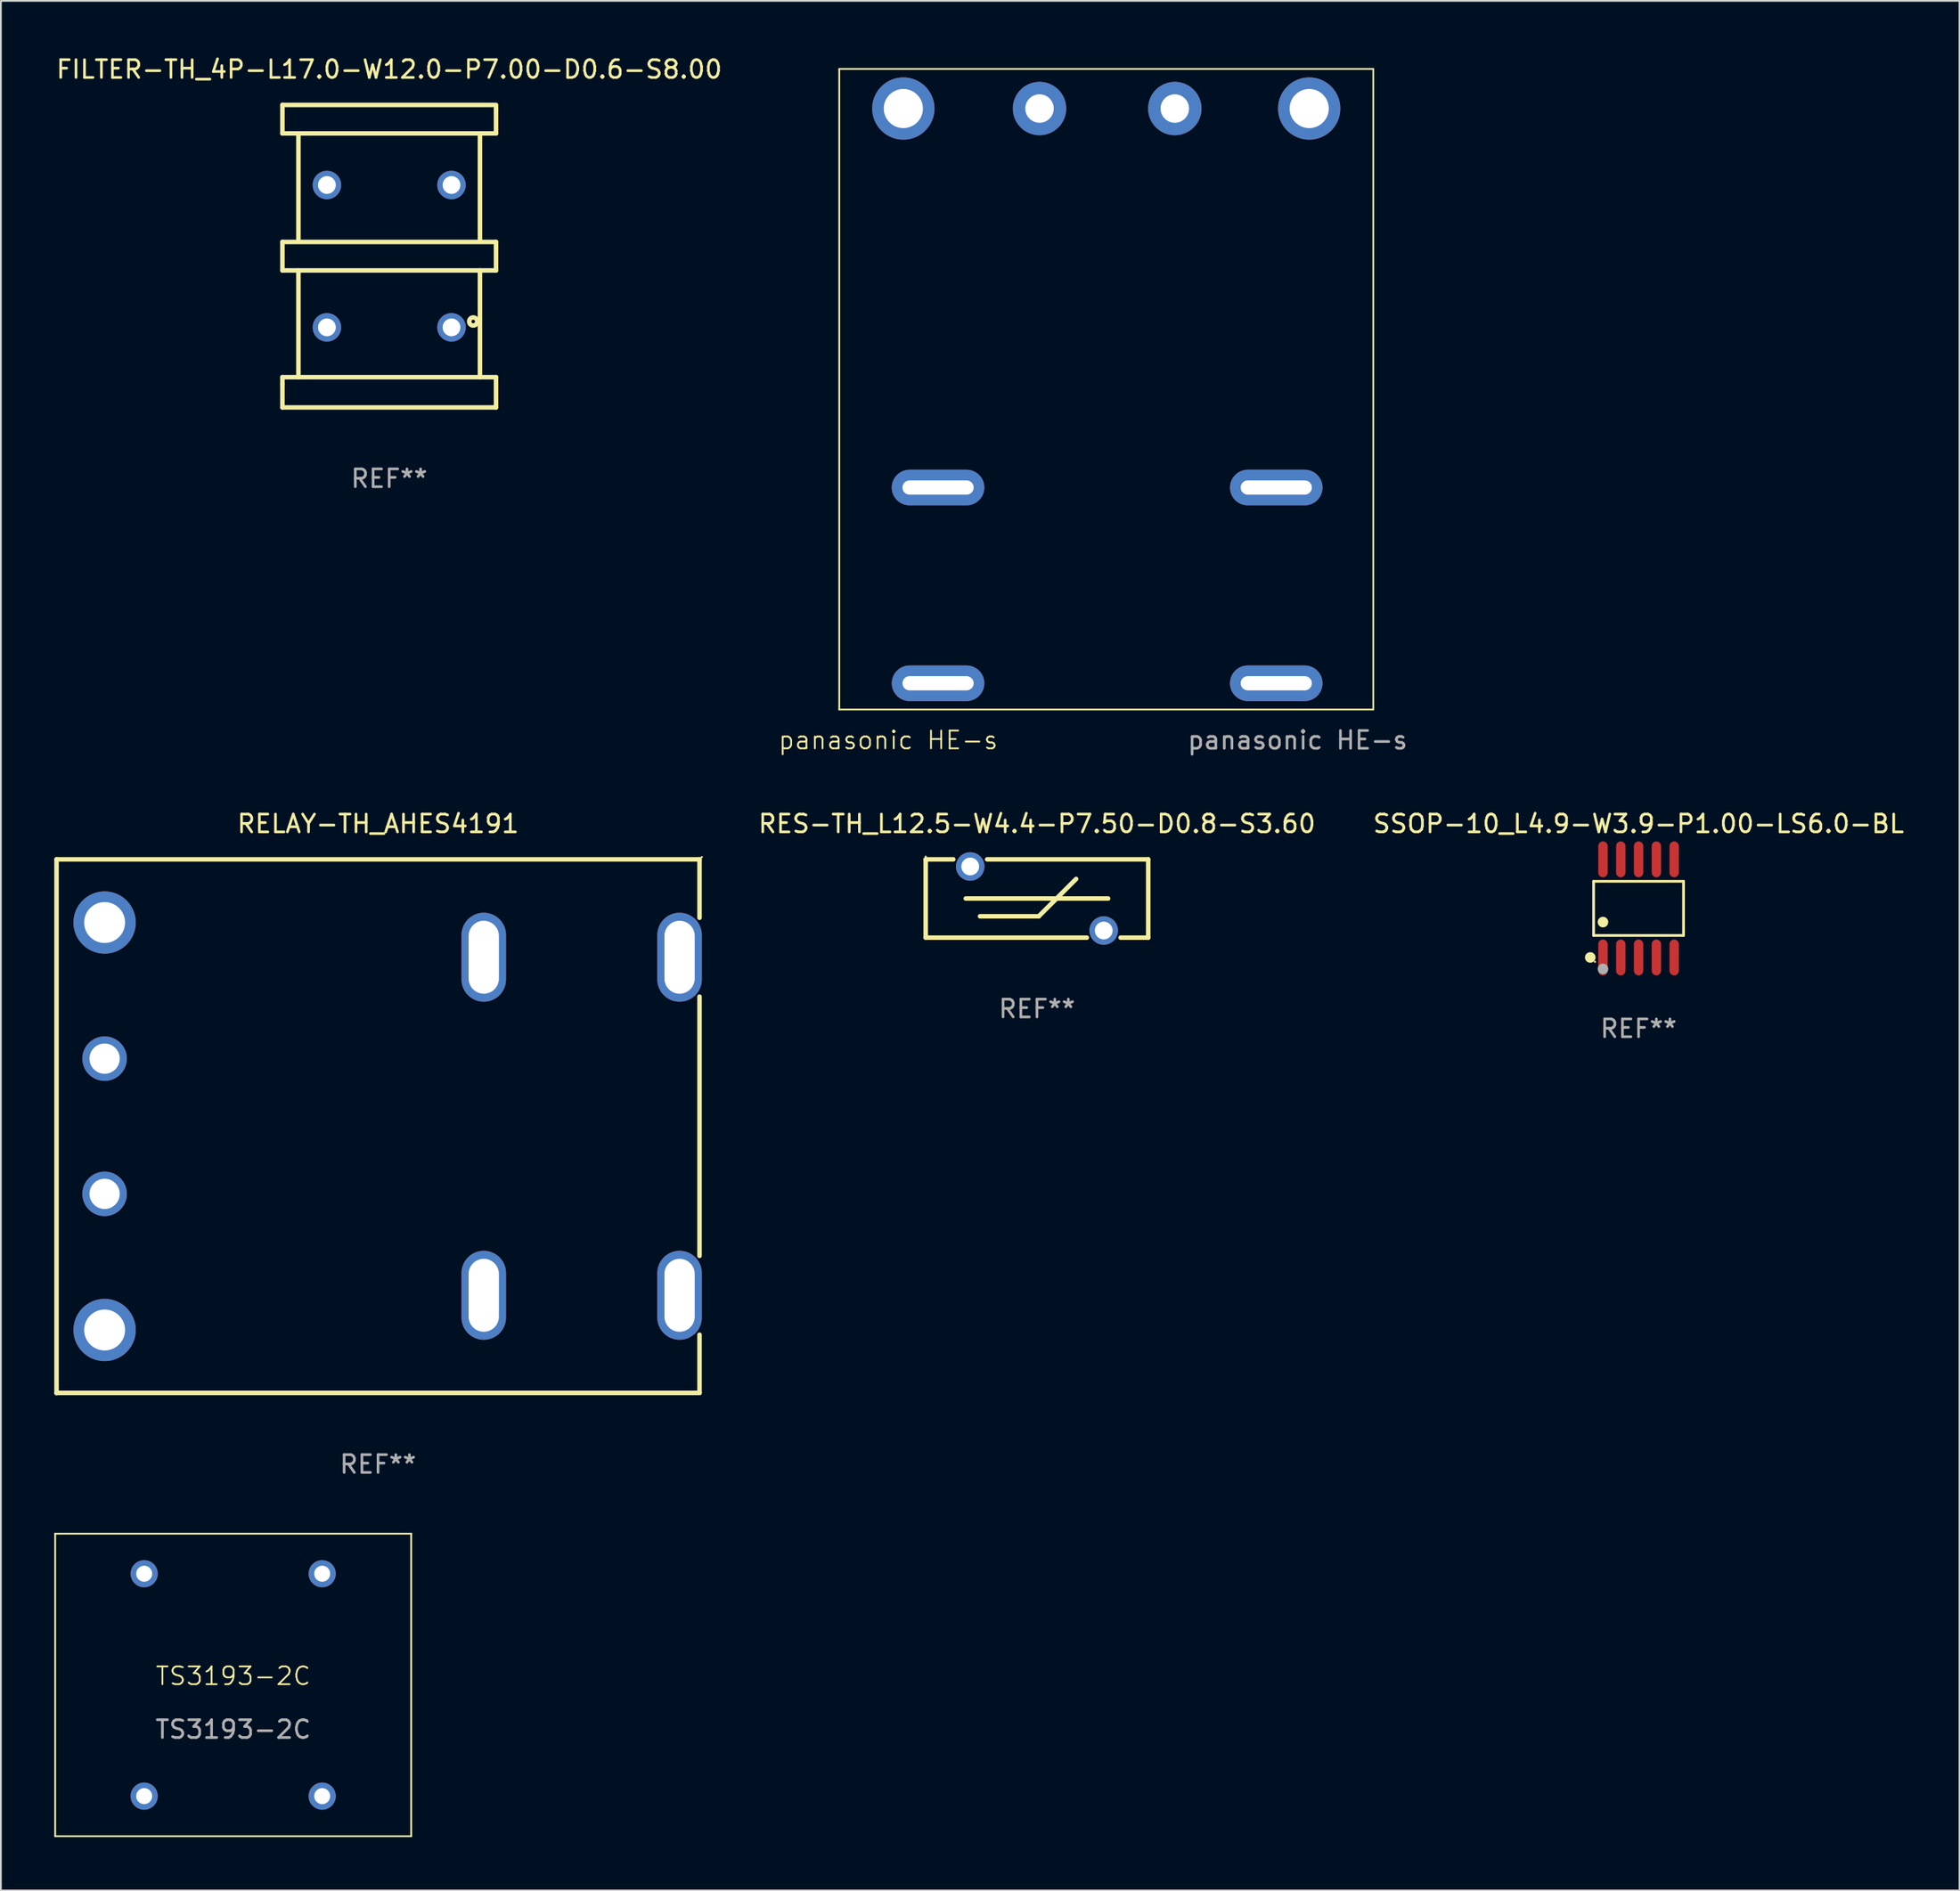
<source format=kicad_pcb>
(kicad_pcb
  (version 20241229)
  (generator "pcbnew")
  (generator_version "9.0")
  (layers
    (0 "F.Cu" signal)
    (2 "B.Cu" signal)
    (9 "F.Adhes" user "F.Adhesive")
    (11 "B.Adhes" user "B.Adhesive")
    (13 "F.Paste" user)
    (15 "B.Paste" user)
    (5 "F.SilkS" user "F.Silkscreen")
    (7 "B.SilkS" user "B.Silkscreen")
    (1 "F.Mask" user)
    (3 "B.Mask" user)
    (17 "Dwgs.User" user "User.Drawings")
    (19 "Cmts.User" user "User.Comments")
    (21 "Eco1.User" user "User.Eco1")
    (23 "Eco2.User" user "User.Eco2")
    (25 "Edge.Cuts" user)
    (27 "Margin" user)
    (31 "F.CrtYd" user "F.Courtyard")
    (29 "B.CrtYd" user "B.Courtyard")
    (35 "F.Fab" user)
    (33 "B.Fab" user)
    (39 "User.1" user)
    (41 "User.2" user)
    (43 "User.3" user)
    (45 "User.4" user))
  (footprint "TS3193-2C"
    (layer "F.Cu")
    (at 10.05 91.645)
    (property "Reference" "TS3193-2C" (at 0 -0.5 0) (unlocked yes) (layer "F.SilkS") (effects (font (size 1 1) (thickness 0.1))))
    (attr through_hole)
    (fp_line (start -10 -8.5) (end 10 -8.5) (stroke (width 0.1) (type default)) (layer "F.SilkS"))
    (fp_line (start -10 8.5) (end -10 -8.5) (stroke (width 0.1) (type default)) (layer "F.SilkS"))
    (fp_line (start 10 -8.5) (end 10 8.5) (stroke (width 0.1) (type default)) (layer "F.SilkS"))
    (fp_line (start 10 8.5) (end -10 8.5) (stroke (width 0.1) (type default)) (layer "F.SilkS"))
    (fp_text user "${REFERENCE}" (at 0 2.5 0) (unlocked yes) (layer "F.Fab") (effects (font (size 1 1) (thickness 0.15))))
    (pad "1" thru_hole circle (at -5 -6.25) (size 1.524 1.524) (drill 0.9) (layers "*.Cu" "*.Mask"))
    (pad "2" thru_hole circle (at -5 6.25) (size 1.524 1.524) (drill 0.9) (layers "*.Cu" "*.Mask"))
    (pad "3" thru_hole circle (at 5 -6.25) (size 1.524 1.524) (drill 0.9) (layers "*.Cu" "*.Mask"))
    (pad "4" thru_hole circle (at 5 6.25) (size 1.524 1.524) (drill 0.9) (layers "*.Cu" "*.Mask")))
  (footprint "SSOP-10_L4.9-W3.9-P1.00-LS6.0-BL"
    (layer "F.Cu")
    (at 89.002 48.003)
    (property "Reference" "SSOP-10_L4.9-W3.9-P1.00-LS6.0-BL" (at 0 -4.757 0) (layer "F.SilkS") (effects (font (size 1 1) (thickness 0.15))))
    (attr smd)
    (fp_line (start -2.526 -1.521) (end 2.526 -1.521) (stroke (width 0.152) (type solid)) (layer "F.SilkS"))
    (fp_line (start -2.526 1.521) (end -2.526 -1.521) (stroke (width 0.152) (type solid)) (layer "F.SilkS"))
    (fp_line (start 2.526 -1.521) (end 2.526 1.521) (stroke (width 0.152) (type solid)) (layer "F.SilkS"))
    (fp_line (start 2.526 1.521) (end -2.526 1.521) (stroke (width 0.152) (type solid)) (layer "F.SilkS"))
    (fp_circle (center -2.715 2.757) (end -2.565 2.757) (stroke (width 0.3) (type solid)) (fill no) (layer "F.SilkS"))
    (fp_circle (center -2.45 3) (end -2.42 3) (stroke (width 0.06) (type solid)) (fill no) (layer "F.SilkS"))
    (fp_circle (center -2 0.769) (end -1.85 0.769) (stroke (width 0.3) (type solid)) (fill no) (layer "F.SilkS"))
    (fp_circle (center -2 3.4) (end -1.85 3.4) (stroke (width 0.3) (type solid)) (fill no) (layer "F.Fab"))
    (fp_text user "REF**" (at 0 6.757 0) (layer "F.Fab") (effects (font (size 1 1) (thickness 0.15))))
    (pad "1" smd oval (at -2 2.757) (size 0.525 2.014) (layers "F.Cu" "F.Mask" "F.Paste"))
    (pad "2" smd oval (at -1 2.757) (size 0.525 2.014) (layers "F.Cu" "F.Mask" "F.Paste"))
    (pad "3" smd oval (at 0 2.757) (size 0.525 2.014) (layers "F.Cu" "F.Mask" "F.Paste"))
    (pad "4" smd oval (at 1 2.757) (size 0.525 2.014) (layers "F.Cu" "F.Mask" "F.Paste"))
    (pad "5" smd oval (at 2 2.757) (size 0.525 2.014) (layers "F.Cu" "F.Mask" "F.Paste"))
    (pad "6" smd oval (at 2 -2.757) (size 0.525 2.014) (layers "F.Cu" "F.Mask" "F.Paste"))
    (pad "7" smd oval (at 1 -2.757) (size 0.525 2.014) (layers "F.Cu" "F.Mask" "F.Paste"))
    (pad "8" smd oval (at 0 -2.757) (size 0.525 2.014) (layers "F.Cu" "F.Mask" "F.Paste"))
    (pad "9" smd oval (at -1 -2.757) (size 0.525 2.014) (layers "F.Cu" "F.Mask" "F.Paste"))
    (pad "10" smd oval (at -2 -2.757) (size 0.525 2.014) (layers "F.Cu" "F.Mask" "F.Paste")))
  (footprint "RELAY-TH_AHES4191"
    (layer "F.Cu")
    (at 18.977 60.247)
    (property "Reference" "RELAY-TH_AHES4191" (at -0.789 -17 0) (layer "F.SilkS") (effects (font (size 1 1) (thickness 0.15))))
    (attr through_hole)
    (fp_line (start -18.85 -15) (end -18.85 15) (stroke (width 0.254) (type solid)) (layer "F.SilkS"))
    (fp_line (start -18.85 -15) (end 17.272 -15) (stroke (width 0.254) (type solid)) (layer "F.SilkS"))
    (fp_line (start 17.272 -15) (end 17.272 -11.716) (stroke (width 0.254) (type solid)) (layer "F.SilkS"))
    (fp_line (start 17.272 -7.284) (end 17.272 7.284) (stroke (width 0.254) (type solid)) (layer "F.SilkS"))
    (fp_line (start 17.272 11.716) (end 17.272 14.986) (stroke (width 0.254) (type solid)) (layer "F.SilkS"))
    (fp_line (start 17.272 14.986) (end -18.85 14.986) (stroke (width 0.254) (type solid)) (layer "F.SilkS"))
    (fp_circle (center 17.4 -15.127) (end 17.43 -15.127) (stroke (width 0.06) (type solid)) (fill no) (layer "F.SilkS"))
    (fp_text user "REF**" (at -0.789 19 0) (layer "F.Fab") (effects (font (size 1 1) (thickness 0.15))))
    (pad "1" thru_hole oval (at 16.15 -9.5) (size 2.5 5) (drill oval 1.7 4.1) (layers "*.Cu" "*.Mask"))
    (pad "2" thru_hole oval (at 5.15 -9.5) (size 2.5 5) (drill oval 1.7 4.1) (layers "*.Cu" "*.Mask"))
    (pad "3" thru_hole circle (at -16.15 -11.45) (size 3.5 3.5) (drill 2.3) (layers "*.Cu" "*.Mask"))
    (pad "4" thru_hole circle (at -16.15 -3.8) (size 2.5 2.5) (drill 1.7) (layers "*.Cu" "*.Mask"))
    (pad "5" thru_hole circle (at -16.15 3.8) (size 2.5 2.5) (drill 1.7) (layers "*.Cu" "*.Mask"))
    (pad "6" thru_hole circle (at -16.15 11.45) (size 3.5 3.5) (drill 2.3) (layers "*.Cu" "*.Mask"))
    (pad "7" thru_hole oval (at 5.15 9.5) (size 2.5 5) (drill oval 1.7 4.1) (layers "*.Cu" "*.Mask"))
    (pad "8" thru_hole oval (at 16.15 9.5) (size 2.5 5) (drill oval 1.7 4.1) (layers "*.Cu" "*.Mask")))
  (footprint "panasonic HE-s"
    (layer "F.Cu")
    (at 56.048 0.25)
    (property "Reference" "panasonic HE-s" (at -9.2 38.3 0) (unlocked yes) (layer "F.SilkS") (effects (font (size 1 1) (thickness 0.1))))
    (attr through_hole)
    (fp_line (start -11.95 0.575) (end 18.05 0.575) (stroke (width 0.1) (type default)) (layer "F.SilkS"))
    (fp_line (start -11.95 36.575) (end -11.95 0.575) (stroke (width 0.1) (type default)) (layer "F.SilkS"))
    (fp_line (start 18.05 0.575) (end 18.05 36.575) (stroke (width 0.1) (type default)) (layer "F.SilkS"))
    (fp_line (start 18.05 36.575) (end -11.95 36.575) (stroke (width 0.1) (type default)) (layer "F.SilkS"))
    (fp_text user "${REFERENCE}" (at 13.8 38.3 0) (unlocked yes) (layer "F.Fab") (effects (font (size 1 1) (thickness 0.15))))
    (pad "1" thru_hole circle (at -0.7 2.8) (size 3 3) (drill 1.6) (layers "*.Cu" "*.Mask"))
    (pad "2" thru_hole circle (at 6.9 2.8) (size 3 3) (drill 1.6) (layers "*.Cu" "*.Mask"))
    (pad "3" thru_hole circle (at -8.35 2.8) (size 3.5 3.5) (drill 2.2) (layers "*.Cu" "*.Mask"))
    (pad "4" thru_hole circle (at 14.45 2.8) (size 3.5 3.5) (drill 2.2) (layers "*.Cu" "*.Mask"))
    (pad "5" thru_hole oval (at -6.4 24.1) (size 5.2 2) (drill oval 4 0.8) (layers "*.Cu" "*.Mask"))
    (pad "6" thru_hole oval (at 12.6 24.1) (size 5.2 2) (drill oval 4 0.8) (layers "*.Cu" "*.Mask"))
    (pad "7" thru_hole oval (at -6.4 35.1) (size 5.2 2) (drill oval 4 0.8) (layers "*.Cu" "*.Mask"))
    (pad "8" thru_hole oval (at 12.6 35.1) (size 5.2 2) (drill oval 4 0.8) (layers "*.Cu" "*.Mask")))
  (footprint "FILTER-TH_4P-L17.0-W12.0-P7.00-D0.6-S8.00"
    (layer "F.Cu")
    (at 18.815 11.348)
    (property "Reference" "FILTER-TH_4P-L17.0-W12.0-P7.00-D0.6-S8.00" (at 0 -10.5 0) (layer "F.SilkS") (effects (font (size 1 1) (thickness 0.15))))
    (attr through_hole)
    (fp_line (start -6 -8.5) (end -6 -6.9) (stroke (width 0.254) (type solid)) (layer "F.SilkS"))
    (fp_line (start -6 -8.5) (end 6 -8.5) (stroke (width 0.254) (type solid)) (layer "F.SilkS"))
    (fp_line (start -6 -6.9) (end 6 -6.9) (stroke (width 0.254) (type solid)) (layer "F.SilkS"))
    (fp_line (start -6 -0.8) (end 6 -0.8) (stroke (width 0.254) (type solid)) (layer "F.SilkS"))
    (fp_line (start -6 0.8) (end -6 -0.8) (stroke (width 0.254) (type solid)) (layer "F.SilkS"))
    (fp_line (start -6 6.8) (end 6 6.8) (stroke (width 0.254) (type solid)) (layer "F.SilkS"))
    (fp_line (start -6 7.2) (end -6 6.8) (stroke (width 0.254) (type solid)) (layer "F.SilkS"))
    (fp_line (start -6 7.2) (end -6 8.5) (stroke (width 0.254) (type solid)) (layer "F.SilkS"))
    (fp_line (start -5.1 -6.9) (end -5.1 -0.9) (stroke (width 0.254) (type solid)) (layer "F.SilkS"))
    (fp_line (start -5.1 0.8) (end -5.1 6.8) (stroke (width 0.254) (type solid)) (layer "F.SilkS"))
    (fp_line (start 5.098 0.798) (end 5.098 6.798) (stroke (width 0.254) (type solid)) (layer "F.SilkS"))
    (fp_line (start 5.098 -6.901) (end 5.098 -0.901) (stroke (width 0.254) (type solid)) (layer "F.SilkS"))
    (fp_line (start 6 -6.9) (end 6 -8.4) (stroke (width 0.254) (type solid)) (layer "F.SilkS"))
    (fp_line (start 6 -0.8) (end 6 0.8) (stroke (width 0.254) (type solid)) (layer "F.SilkS"))
    (fp_line (start 6 0.8) (end -6 0.8) (stroke (width 0.254) (type solid)) (layer "F.SilkS"))
    (fp_line (start 6 6.8) (end 6 8.5) (stroke (width 0.254) (type solid)) (layer "F.SilkS"))
    (fp_line (start 6 8.5) (end -6 8.5) (stroke (width 0.254) (type solid)) (layer "F.SilkS"))
    (fp_circle (center -6 8.26) (end -5.97 8.26) (stroke (width 0.06) (type solid)) (fill no) (layer "F.SilkS"))
    (fp_circle (center 4.72 3.67) (end 4.82 3.67) (stroke (width 0.254) (type solid)) (fill no) (layer "F.SilkS"))
    (fp_text user "REF**" (at 0 12.5 0) (layer "F.Fab") (effects (font (size 1 1) (thickness 0.15))))
    (pad "1" thru_hole circle (at 3.5 4) (size 1.6 1.6) (drill 1) (layers "*.Cu" "*.Mask"))
    (pad "2" thru_hole circle (at -3.5 4) (size 1.6 1.6) (drill 1) (layers "*.Cu" "*.Mask"))
    (pad "3" thru_hole circle (at -3.5 -4) (size 1.6 1.6) (drill 1) (layers "*.Cu" "*.Mask"))
    (pad "4" thru_hole circle (at 3.5 -4) (size 1.6 1.6) (drill 1) (layers "*.Cu" "*.Mask")))
  (footprint "RES-TH_L12.5-W4.4-P7.50-D0.8-S3.60"
    (layer "F.Cu")
    (at 55.205 47.447)
    (property "Reference" "RES-TH_L12.5-W4.4-P7.50-D0.8-S3.60" (at 0 -4.2 0) (layer "F.SilkS") (effects (font (size 1 1) (thickness 0.15))))
    (attr through_hole)
    (fp_line (start -6.25 -2.2) (end -6.25 2.2) (stroke (width 0.254) (type solid)) (layer "F.SilkS"))
    (fp_line (start -6.25 -2.2) (end -4.7 -2.2) (stroke (width 0.254) (type solid)) (layer "F.SilkS"))
    (fp_line (start -6.25 2.2) (end 2.8 2.2) (stroke (width 0.254) (type solid)) (layer "F.SilkS"))
    (fp_line (start -4 0) (end 4 0) (stroke (width 0.254) (type solid)) (layer "F.SilkS"))
    (fp_line (start -3.2 1) (end 0.1 1) (stroke (width 0.254) (type solid)) (layer "F.SilkS"))
    (fp_line (start -2.8 -2.2) (end 6.25 -2.2) (stroke (width 0.254) (type solid)) (layer "F.SilkS"))
    (fp_line (start 0.1 1) (end 2.2 -1.1) (stroke (width 0.254) (type solid)) (layer "F.SilkS"))
    (fp_line (start 4.7 2.2) (end 6.25 2.2) (stroke (width 0.254) (type solid)) (layer "F.SilkS"))
    (fp_line (start 6.25 -2.2) (end 6.25 2.2) (stroke (width 0.254) (type solid)) (layer "F.SilkS"))
    (fp_circle (center -6.25 -2.35) (end -6.22 -2.35) (stroke (width 0.06) (type solid)) (fill no) (layer "F.SilkS"))
    (fp_text user "REF**" (at 0 6.2 0) (layer "F.Fab") (effects (font (size 1 1) (thickness 0.15))))
    (pad "1" thru_hole circle (at -3.75 -1.8) (size 1.6 1.6) (drill 1) (layers "*.Cu" "*.Mask"))
    (pad "2" thru_hole circle (at 3.75 1.8) (size 1.6 1.6) (drill 1) (layers "*.Cu" "*.Mask")))
  (gr_rect
    (start -3 -3)
    (end 107.032 103.195)
    (stroke (width 0.1) (type default))
    (fill no)
    (layer "Edge.Cuts")))
</source>
